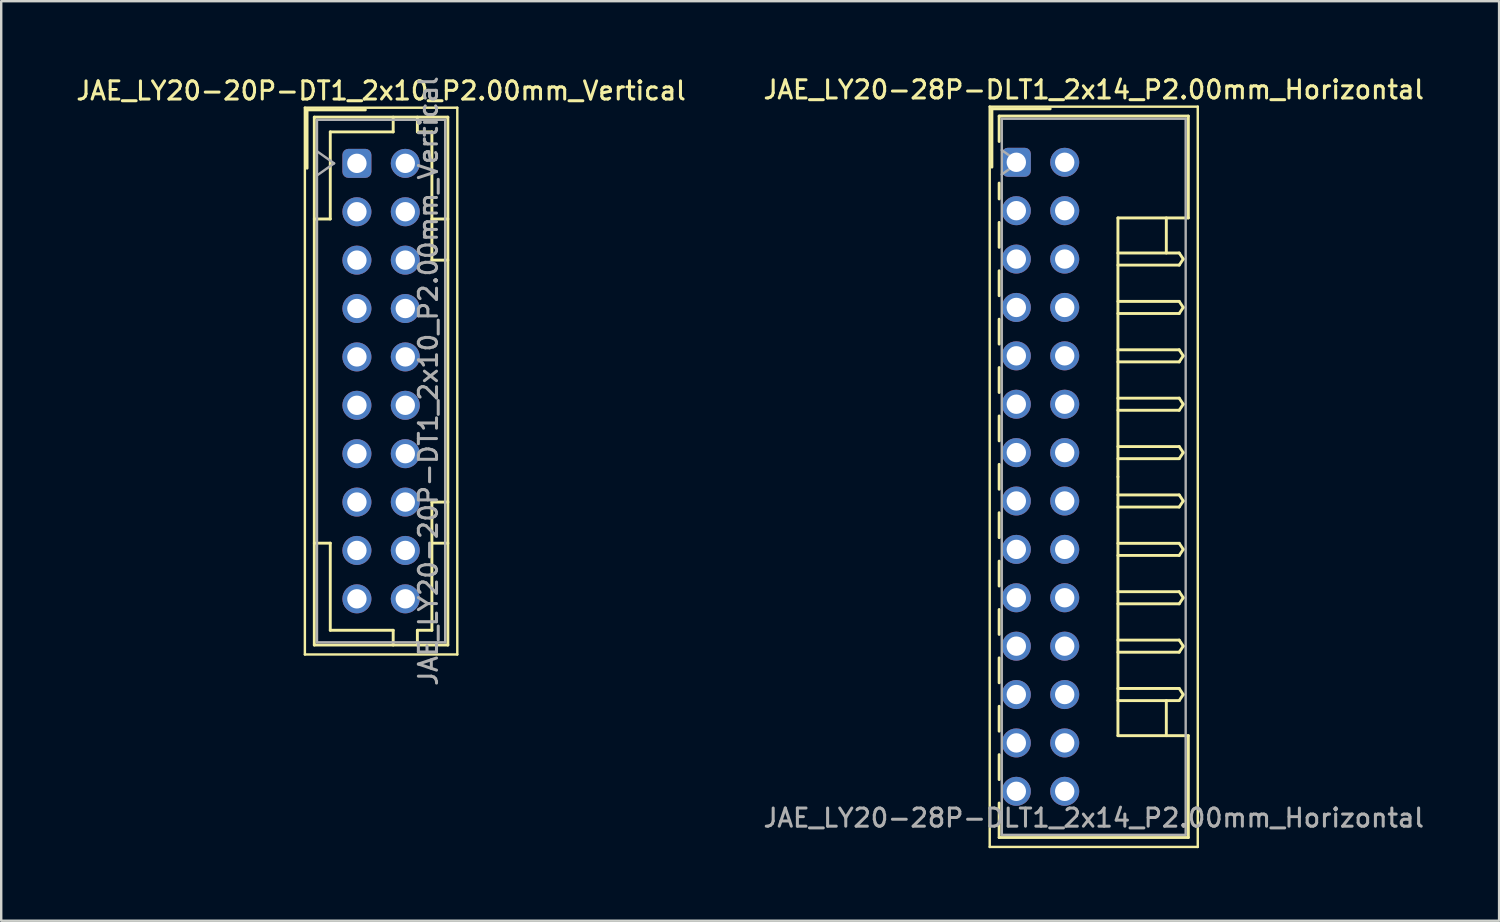
<source format=kicad_pcb>
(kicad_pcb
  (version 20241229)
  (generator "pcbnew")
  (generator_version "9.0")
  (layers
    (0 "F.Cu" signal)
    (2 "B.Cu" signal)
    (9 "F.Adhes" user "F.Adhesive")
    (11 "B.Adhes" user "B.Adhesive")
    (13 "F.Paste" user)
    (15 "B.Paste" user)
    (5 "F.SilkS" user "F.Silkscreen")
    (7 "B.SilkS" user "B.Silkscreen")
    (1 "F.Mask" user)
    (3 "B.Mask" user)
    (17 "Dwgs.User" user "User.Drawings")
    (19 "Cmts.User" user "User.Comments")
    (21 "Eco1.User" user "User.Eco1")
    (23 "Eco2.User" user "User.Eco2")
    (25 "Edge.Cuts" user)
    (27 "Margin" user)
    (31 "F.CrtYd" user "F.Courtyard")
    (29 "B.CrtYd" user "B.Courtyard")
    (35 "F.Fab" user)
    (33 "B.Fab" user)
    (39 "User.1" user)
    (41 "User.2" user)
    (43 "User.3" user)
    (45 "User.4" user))
  (footprint "JAE_LY20-20P-DT1_2x10_P2.00mm_Vertical"
    (layer "F.Cu")
    (at 11.702 3.702)
    (property "Reference" "JAE_LY20-20P-DT1_2x10_P2.00mm_Vertical" (at 1 -3 0) (layer "F.SilkS") (effects (font (size 0.75 0.75) (thickness 0.125))))
    (attr through_hole)
    (fp_line (start -2.15 -2.3) (end -2.15 20.3) (stroke (width 0.1) (type solid)) (layer "F.SilkS"))
    (fp_line (start -2.15 20.3) (end 4.15 20.3) (stroke (width 0.1) (type solid)) (layer "F.SilkS"))
    (fp_line (start -2.06 -2.21) (end -2.06 0.2) (stroke (width 0.12) (type solid)) (layer "F.SilkS"))
    (fp_line (start -1.76 -1.91) (end -1.76 19.91) (stroke (width 0.12) (type solid)) (layer "F.SilkS"))
    (fp_line (start -1.76 19.91) (end 3.76 19.91) (stroke (width 0.12) (type solid)) (layer "F.SilkS"))
    (fp_line (start -1.1 -1.3) (end -1.1 2.3) (stroke (width 0.12) (type solid)) (layer "F.SilkS"))
    (fp_line (start -1.1 2.3) (end -1.76 2.3) (stroke (width 0.12) (type solid)) (layer "F.SilkS"))
    (fp_line (start -1.1 15.7) (end -1.76 15.7) (stroke (width 0.12) (type solid)) (layer "F.SilkS"))
    (fp_line (start -1.1 19.3) (end -1.1 15.7) (stroke (width 0.12) (type solid)) (layer "F.SilkS"))
    (fp_line (start 0.35 -2.21) (end -2.06 -2.21) (stroke (width 0.12) (type solid)) (layer "F.SilkS"))
    (fp_line (start 1.5 -1.91) (end 1.5 -1.3) (stroke (width 0.12) (type solid)) (layer "F.SilkS"))
    (fp_line (start 1.5 -1.3) (end -1.1 -1.3) (stroke (width 0.12) (type solid)) (layer "F.SilkS"))
    (fp_line (start 1.5 19.3) (end -1.1 19.3) (stroke (width 0.12) (type solid)) (layer "F.SilkS"))
    (fp_line (start 1.5 19.91) (end 1.5 19.3) (stroke (width 0.12) (type solid)) (layer "F.SilkS"))
    (fp_line (start 2.5 -1.91) (end 2.5 -1.3) (stroke (width 0.12) (type solid)) (layer "F.SilkS"))
    (fp_line (start 2.5 -1.3) (end 3.1 -1.3) (stroke (width 0.12) (type solid)) (layer "F.SilkS"))
    (fp_line (start 2.5 19.3) (end 3.1 19.3) (stroke (width 0.12) (type solid)) (layer "F.SilkS"))
    (fp_line (start 2.5 19.91) (end 2.5 19.3) (stroke (width 0.12) (type solid)) (layer "F.SilkS"))
    (fp_line (start 3.1 -1.3) (end 3.1 4) (stroke (width 0.12) (type solid)) (layer "F.SilkS"))
    (fp_line (start 3.1 4) (end 3.76 4) (stroke (width 0.12) (type solid)) (layer "F.SilkS"))
    (fp_line (start 3.1 14) (end 3.76 14) (stroke (width 0.12) (type solid)) (layer "F.SilkS"))
    (fp_line (start 3.1 19.3) (end 3.1 14) (stroke (width 0.12) (type solid)) (layer "F.SilkS"))
    (fp_line (start 3.76 -1.91) (end -1.76 -1.91) (stroke (width 0.12) (type solid)) (layer "F.SilkS"))
    (fp_line (start 3.76 2.3) (end 3.1 2.3) (stroke (width 0.12) (type solid)) (layer "F.SilkS"))
    (fp_line (start 3.76 15.7) (end 3.1 15.7) (stroke (width 0.12) (type solid)) (layer "F.SilkS"))
    (fp_line (start 3.76 19.91) (end 3.76 -1.91) (stroke (width 0.12) (type solid)) (layer "F.SilkS"))
    (fp_line (start 4.15 -2.3) (end -2.15 -2.3) (stroke (width 0.1) (type solid)) (layer "F.SilkS"))
    (fp_line (start 4.15 20.3) (end 4.15 -2.3) (stroke (width 0.1) (type solid)) (layer "F.SilkS"))
    (fp_line (start -1.65 -1.8) (end -1.65 19.8) (stroke (width 0.1) (type solid)) (layer "F.Fab"))
    (fp_line (start -1.65 0.5) (end -0.943 0) (stroke (width 0.1) (type solid)) (layer "F.Fab"))
    (fp_line (start -1.65 19.8) (end 3.65 19.8) (stroke (width 0.1) (type solid)) (layer "F.Fab"))
    (fp_line (start -0.943 0) (end -1.65 -0.5) (stroke (width 0.1) (type solid)) (layer "F.Fab"))
    (fp_line (start 3.65 -1.8) (end -1.65 -1.8) (stroke (width 0.1) (type solid)) (layer "F.Fab"))
    (fp_line (start 3.65 19.8) (end 3.65 -1.8) (stroke (width 0.1) (type solid)) (layer "F.Fab"))
    (fp_text user "${REFERENCE}" (at 2.95 9 90) (layer "F.Fab") (effects (font (size 0.75 0.75) (thickness 0.125))))
    (pad "a1" thru_hole roundrect (at 0 0) (size 1.2 1.2) (drill 0.8) (layers "*.Cu" "*.Mask") (roundrect_rratio 0.208))
    (pad "a2" thru_hole circle (at 0 2) (size 1.2 1.2) (drill 0.8) (layers "*.Cu" "*.Mask"))
    (pad "a3" thru_hole circle (at 0 4) (size 1.2 1.2) (drill 0.8) (layers "*.Cu" "*.Mask"))
    (pad "a4" thru_hole circle (at 0 6) (size 1.2 1.2) (drill 0.8) (layers "*.Cu" "*.Mask"))
    (pad "a5" thru_hole circle (at 0 8) (size 1.2 1.2) (drill 0.8) (layers "*.Cu" "*.Mask"))
    (pad "a6" thru_hole circle (at 0 10) (size 1.2 1.2) (drill 0.8) (layers "*.Cu" "*.Mask"))
    (pad "a7" thru_hole circle (at 0 12) (size 1.2 1.2) (drill 0.8) (layers "*.Cu" "*.Mask"))
    (pad "a8" thru_hole circle (at 0 14) (size 1.2 1.2) (drill 0.8) (layers "*.Cu" "*.Mask"))
    (pad "a9" thru_hole circle (at 0 16) (size 1.2 1.2) (drill 0.8) (layers "*.Cu" "*.Mask"))
    (pad "a10" thru_hole circle (at 0 18) (size 1.2 1.2) (drill 0.8) (layers "*.Cu" "*.Mask"))
    (pad "b1" thru_hole circle (at 2 0) (size 1.2 1.2) (drill 0.8) (layers "*.Cu" "*.Mask"))
    (pad "b2" thru_hole circle (at 2 2) (size 1.2 1.2) (drill 0.8) (layers "*.Cu" "*.Mask"))
    (pad "b3" thru_hole circle (at 2 4) (size 1.2 1.2) (drill 0.8) (layers "*.Cu" "*.Mask"))
    (pad "b4" thru_hole circle (at 2 6) (size 1.2 1.2) (drill 0.8) (layers "*.Cu" "*.Mask"))
    (pad "b5" thru_hole circle (at 2 8) (size 1.2 1.2) (drill 0.8) (layers "*.Cu" "*.Mask"))
    (pad "b6" thru_hole circle (at 2 10) (size 1.2 1.2) (drill 0.8) (layers "*.Cu" "*.Mask"))
    (pad "b7" thru_hole circle (at 2 12) (size 1.2 1.2) (drill 0.8) (layers "*.Cu" "*.Mask"))
    (pad "b8" thru_hole circle (at 2 14) (size 1.2 1.2) (drill 0.8) (layers "*.Cu" "*.Mask"))
    (pad "b9" thru_hole circle (at 2 16) (size 1.2 1.2) (drill 0.8) (layers "*.Cu" "*.Mask"))
    (pad "b10" thru_hole circle (at 2 18) (size 1.2 1.2) (drill 0.8) (layers "*.Cu" "*.Mask")))
  (footprint "JAE_LY20-28P-DLT1_2x14_P2.00mm_Horizontal"
    (layer "F.Cu")
    (at 38.959 3.658)
    (property "Reference" "JAE_LY20-28P-DLT1_2x14_P2.00mm_Horizontal" (at 3.2 -3 0) (layer "F.SilkS") (effects (font (size 0.75 0.75) (thickness 0.125))))
    (attr through_hole)
    (fp_line (start -1.1 -2.3) (end -1.1 28.3) (stroke (width 0.1) (type solid)) (layer "F.SilkS"))
    (fp_line (start -1.1 28.3) (end 7.5 28.3) (stroke (width 0.1) (type solid)) (layer "F.SilkS"))
    (fp_line (start -1.01 -2.21) (end -1.01 0.2) (stroke (width 0.12) (type solid)) (layer "F.SilkS"))
    (fp_line (start -0.71 -1.91) (end -0.71 -0.86) (stroke (width 0.12) (type solid)) (layer "F.SilkS"))
    (fp_line (start -0.71 -1.91) (end 7.11 -1.91) (stroke (width 0.12) (type solid)) (layer "F.SilkS"))
    (fp_line (start -0.71 0.86) (end -0.71 1.515) (stroke (width 0.12) (type solid)) (layer "F.SilkS"))
    (fp_line (start -0.71 2.485) (end -0.71 3.515) (stroke (width 0.12) (type solid)) (layer "F.SilkS"))
    (fp_line (start -0.71 4.485) (end -0.71 5.515) (stroke (width 0.12) (type solid)) (layer "F.SilkS"))
    (fp_line (start -0.71 6.485) (end -0.71 7.515) (stroke (width 0.12) (type solid)) (layer "F.SilkS"))
    (fp_line (start -0.71 8.485) (end -0.71 9.515) (stroke (width 0.12) (type solid)) (layer "F.SilkS"))
    (fp_line (start -0.71 10.485) (end -0.71 11.515) (stroke (width 0.12) (type solid)) (layer "F.SilkS"))
    (fp_line (start -0.71 12.485) (end -0.71 13.515) (stroke (width 0.12) (type solid)) (layer "F.SilkS"))
    (fp_line (start -0.71 14.485) (end -0.71 15.515) (stroke (width 0.12) (type solid)) (layer "F.SilkS"))
    (fp_line (start -0.71 16.485) (end -0.71 17.515) (stroke (width 0.12) (type solid)) (layer "F.SilkS"))
    (fp_line (start -0.71 18.485) (end -0.71 19.515) (stroke (width 0.12) (type solid)) (layer "F.SilkS"))
    (fp_line (start -0.71 20.485) (end -0.71 21.515) (stroke (width 0.12) (type solid)) (layer "F.SilkS"))
    (fp_line (start -0.71 22.485) (end -0.71 23.515) (stroke (width 0.12) (type solid)) (layer "F.SilkS"))
    (fp_line (start -0.71 24.485) (end -0.71 25.515) (stroke (width 0.12) (type solid)) (layer "F.SilkS"))
    (fp_line (start -0.71 26.485) (end -0.71 27.91) (stroke (width 0.12) (type solid)) (layer "F.SilkS"))
    (fp_line (start -0.71 27.91) (end 7.11 27.91) (stroke (width 0.12) (type solid)) (layer "F.SilkS"))
    (fp_line (start 1.4 -2.21) (end -1.01 -2.21) (stroke (width 0.12) (type solid)) (layer "F.SilkS"))
    (fp_line (start 4.2 2.3) (end 4.2 13) (stroke (width 0.12) (type solid)) (layer "F.SilkS"))
    (fp_line (start 4.2 3.75) (end 6.733 3.75) (stroke (width 0.12) (type solid)) (layer "F.SilkS"))
    (fp_line (start 4.2 5.75) (end 6.733 5.75) (stroke (width 0.12) (type solid)) (layer "F.SilkS"))
    (fp_line (start 4.2 7.75) (end 6.733 7.75) (stroke (width 0.12) (type solid)) (layer "F.SilkS"))
    (fp_line (start 4.2 9.75) (end 6.733 9.75) (stroke (width 0.12) (type solid)) (layer "F.SilkS"))
    (fp_line (start 4.2 11.75) (end 6.733 11.75) (stroke (width 0.12) (type solid)) (layer "F.SilkS"))
    (fp_line (start 4.2 13.75) (end 6.733 13.75) (stroke (width 0.12) (type solid)) (layer "F.SilkS"))
    (fp_line (start 4.2 15.75) (end 6.733 15.75) (stroke (width 0.12) (type solid)) (layer "F.SilkS"))
    (fp_line (start 4.2 17.75) (end 6.733 17.75) (stroke (width 0.12) (type solid)) (layer "F.SilkS"))
    (fp_line (start 4.2 19.75) (end 6.733 19.75) (stroke (width 0.12) (type solid)) (layer "F.SilkS"))
    (fp_line (start 4.2 21.75) (end 6.733 21.75) (stroke (width 0.12) (type solid)) (layer "F.SilkS"))
    (fp_line (start 4.2 23.7) (end 4.2 13) (stroke (width 0.12) (type solid)) (layer "F.SilkS"))
    (fp_line (start 6.2 2.3) (end 6.2 3.75) (stroke (width 0.12) (type solid)) (layer "F.SilkS"))
    (fp_line (start 6.2 23.7) (end 6.2 22.25) (stroke (width 0.12) (type solid)) (layer "F.SilkS"))
    (fp_line (start 6.733 3.75) (end 6.9 4) (stroke (width 0.12) (type solid)) (layer "F.SilkS"))
    (fp_line (start 6.733 4.25) (end 4.2 4.25) (stroke (width 0.12) (type solid)) (layer "F.SilkS"))
    (fp_line (start 6.733 5.75) (end 6.9 6) (stroke (width 0.12) (type solid)) (layer "F.SilkS"))
    (fp_line (start 6.733 6.25) (end 4.2 6.25) (stroke (width 0.12) (type solid)) (layer "F.SilkS"))
    (fp_line (start 6.733 7.75) (end 6.9 8) (stroke (width 0.12) (type solid)) (layer "F.SilkS"))
    (fp_line (start 6.733 8.25) (end 4.2 8.25) (stroke (width 0.12) (type solid)) (layer "F.SilkS"))
    (fp_line (start 6.733 9.75) (end 6.9 10) (stroke (width 0.12) (type solid)) (layer "F.SilkS"))
    (fp_line (start 6.733 10.25) (end 4.2 10.25) (stroke (width 0.12) (type solid)) (layer "F.SilkS"))
    (fp_line (start 6.733 11.75) (end 6.9 12) (stroke (width 0.12) (type solid)) (layer "F.SilkS"))
    (fp_line (start 6.733 12.25) (end 4.2 12.25) (stroke (width 0.12) (type solid)) (layer "F.SilkS"))
    (fp_line (start 6.733 13.75) (end 6.9 14) (stroke (width 0.12) (type solid)) (layer "F.SilkS"))
    (fp_line (start 6.733 14.25) (end 4.2 14.25) (stroke (width 0.12) (type solid)) (layer "F.SilkS"))
    (fp_line (start 6.733 15.75) (end 6.9 16) (stroke (width 0.12) (type solid)) (layer "F.SilkS"))
    (fp_line (start 6.733 16.25) (end 4.2 16.25) (stroke (width 0.12) (type solid)) (layer "F.SilkS"))
    (fp_line (start 6.733 17.75) (end 6.9 18) (stroke (width 0.12) (type solid)) (layer "F.SilkS"))
    (fp_line (start 6.733 18.25) (end 4.2 18.25) (stroke (width 0.12) (type solid)) (layer "F.SilkS"))
    (fp_line (start 6.733 19.75) (end 6.9 20) (stroke (width 0.12) (type solid)) (layer "F.SilkS"))
    (fp_line (start 6.733 20.25) (end 4.2 20.25) (stroke (width 0.12) (type solid)) (layer "F.SilkS"))
    (fp_line (start 6.733 21.75) (end 6.9 22) (stroke (width 0.12) (type solid)) (layer "F.SilkS"))
    (fp_line (start 6.733 22.25) (end 4.2 22.25) (stroke (width 0.12) (type solid)) (layer "F.SilkS"))
    (fp_line (start 6.9 4) (end 6.733 4.25) (stroke (width 0.12) (type solid)) (layer "F.SilkS"))
    (fp_line (start 6.9 6) (end 6.733 6.25) (stroke (width 0.12) (type solid)) (layer "F.SilkS"))
    (fp_line (start 6.9 8) (end 6.733 8.25) (stroke (width 0.12) (type solid)) (layer "F.SilkS"))
    (fp_line (start 6.9 10) (end 6.733 10.25) (stroke (width 0.12) (type solid)) (layer "F.SilkS"))
    (fp_line (start 6.9 12) (end 6.733 12.25) (stroke (width 0.12) (type solid)) (layer "F.SilkS"))
    (fp_line (start 6.9 14) (end 6.733 14.25) (stroke (width 0.12) (type solid)) (layer "F.SilkS"))
    (fp_line (start 6.9 16) (end 6.733 16.25) (stroke (width 0.12) (type solid)) (layer "F.SilkS"))
    (fp_line (start 6.9 18) (end 6.733 18.25) (stroke (width 0.12) (type solid)) (layer "F.SilkS"))
    (fp_line (start 6.9 20) (end 6.733 20.25) (stroke (width 0.12) (type solid)) (layer "F.SilkS"))
    (fp_line (start 6.9 22) (end 6.733 22.25) (stroke (width 0.12) (type solid)) (layer "F.SilkS"))
    (fp_line (start 7.11 -1.91) (end 7.11 2.3) (stroke (width 0.12) (type solid)) (layer "F.SilkS"))
    (fp_line (start 7.11 2.3) (end 4.2 2.3) (stroke (width 0.12) (type solid)) (layer "F.SilkS"))
    (fp_line (start 7.11 23.7) (end 4.2 23.7) (stroke (width 0.12) (type solid)) (layer "F.SilkS"))
    (fp_line (start 7.11 27.91) (end 7.11 23.7) (stroke (width 0.12) (type solid)) (layer "F.SilkS"))
    (fp_line (start 7.5 -2.3) (end -1.1 -2.3) (stroke (width 0.1) (type solid)) (layer "F.SilkS"))
    (fp_line (start 7.5 28.3) (end 7.5 -2.3) (stroke (width 0.1) (type solid)) (layer "F.SilkS"))
    (fp_line (start -0.6 -1.8) (end -0.6 27.8) (stroke (width 0.1) (type solid)) (layer "F.Fab"))
    (fp_line (start -0.6 0.5) (end 0.107 0) (stroke (width 0.1) (type solid)) (layer "F.Fab"))
    (fp_line (start -0.6 27.8) (end 7 27.8) (stroke (width 0.1) (type solid)) (layer "F.Fab"))
    (fp_line (start 0.107 0) (end -0.6 -0.5) (stroke (width 0.1) (type solid)) (layer "F.Fab"))
    (fp_line (start 7 -1.8) (end -0.6 -1.8) (stroke (width 0.1) (type solid)) (layer "F.Fab"))
    (fp_line (start 7 27.8) (end 7 -1.8) (stroke (width 0.1) (type solid)) (layer "F.Fab"))
    (fp_text user "${REFERENCE}" (at 3.2 27.1 0) (layer "F.Fab") (effects (font (size 0.75 0.75) (thickness 0.125))))
    (pad "a1" thru_hole roundrect (at 0 0) (size 1.2 1.2) (drill 0.8) (layers "*.Cu" "*.Mask") (roundrect_rratio 0.208))
    (pad "a2" thru_hole circle (at 0 2) (size 1.2 1.2) (drill 0.8) (layers "*.Cu" "*.Mask"))
    (pad "a3" thru_hole circle (at 0 4) (size 1.2 1.2) (drill 0.8) (layers "*.Cu" "*.Mask"))
    (pad "a4" thru_hole circle (at 0 6) (size 1.2 1.2) (drill 0.8) (layers "*.Cu" "*.Mask"))
    (pad "a5" thru_hole circle (at 0 8) (size 1.2 1.2) (drill 0.8) (layers "*.Cu" "*.Mask"))
    (pad "a6" thru_hole circle (at 0 10) (size 1.2 1.2) (drill 0.8) (layers "*.Cu" "*.Mask"))
    (pad "a7" thru_hole circle (at 0 12) (size 1.2 1.2) (drill 0.8) (layers "*.Cu" "*.Mask"))
    (pad "a8" thru_hole circle (at 0 14) (size 1.2 1.2) (drill 0.8) (layers "*.Cu" "*.Mask"))
    (pad "a9" thru_hole circle (at 0 16) (size 1.2 1.2) (drill 0.8) (layers "*.Cu" "*.Mask"))
    (pad "a10" thru_hole circle (at 0 18) (size 1.2 1.2) (drill 0.8) (layers "*.Cu" "*.Mask"))
    (pad "a11" thru_hole circle (at 0 20) (size 1.2 1.2) (drill 0.8) (layers "*.Cu" "*.Mask"))
    (pad "a12" thru_hole circle (at 0 22) (size 1.2 1.2) (drill 0.8) (layers "*.Cu" "*.Mask"))
    (pad "a13" thru_hole circle (at 0 24) (size 1.2 1.2) (drill 0.8) (layers "*.Cu" "*.Mask"))
    (pad "a14" thru_hole circle (at 0 26) (size 1.2 1.2) (drill 0.8) (layers "*.Cu" "*.Mask"))
    (pad "b1" thru_hole circle (at 2 0) (size 1.2 1.2) (drill 0.8) (layers "*.Cu" "*.Mask"))
    (pad "b2" thru_hole circle (at 2 2) (size 1.2 1.2) (drill 0.8) (layers "*.Cu" "*.Mask"))
    (pad "b3" thru_hole circle (at 2 4) (size 1.2 1.2) (drill 0.8) (layers "*.Cu" "*.Mask"))
    (pad "b4" thru_hole circle (at 2 6) (size 1.2 1.2) (drill 0.8) (layers "*.Cu" "*.Mask"))
    (pad "b5" thru_hole circle (at 2 8) (size 1.2 1.2) (drill 0.8) (layers "*.Cu" "*.Mask"))
    (pad "b6" thru_hole circle (at 2 10) (size 1.2 1.2) (drill 0.8) (layers "*.Cu" "*.Mask"))
    (pad "b7" thru_hole circle (at 2 12) (size 1.2 1.2) (drill 0.8) (layers "*.Cu" "*.Mask"))
    (pad "b8" thru_hole circle (at 2 14) (size 1.2 1.2) (drill 0.8) (layers "*.Cu" "*.Mask"))
    (pad "b9" thru_hole circle (at 2 16) (size 1.2 1.2) (drill 0.8) (layers "*.Cu" "*.Mask"))
    (pad "b10" thru_hole circle (at 2 18) (size 1.2 1.2) (drill 0.8) (layers "*.Cu" "*.Mask"))
    (pad "b11" thru_hole circle (at 2 20) (size 1.2 1.2) (drill 0.8) (layers "*.Cu" "*.Mask"))
    (pad "b12" thru_hole circle (at 2 22) (size 1.2 1.2) (drill 0.8) (layers "*.Cu" "*.Mask"))
    (pad "b13" thru_hole circle (at 2 24) (size 1.2 1.2) (drill 0.8) (layers "*.Cu" "*.Mask"))
    (pad "b14" thru_hole circle (at 2 26) (size 1.2 1.2) (drill 0.8) (layers "*.Cu" "*.Mask")))
  (gr_rect
    (start -3 -3)
    (end 58.914 35.008)
    (stroke (width 0.1) (type default))
    (fill no)
    (layer "Edge.Cuts")))
</source>
